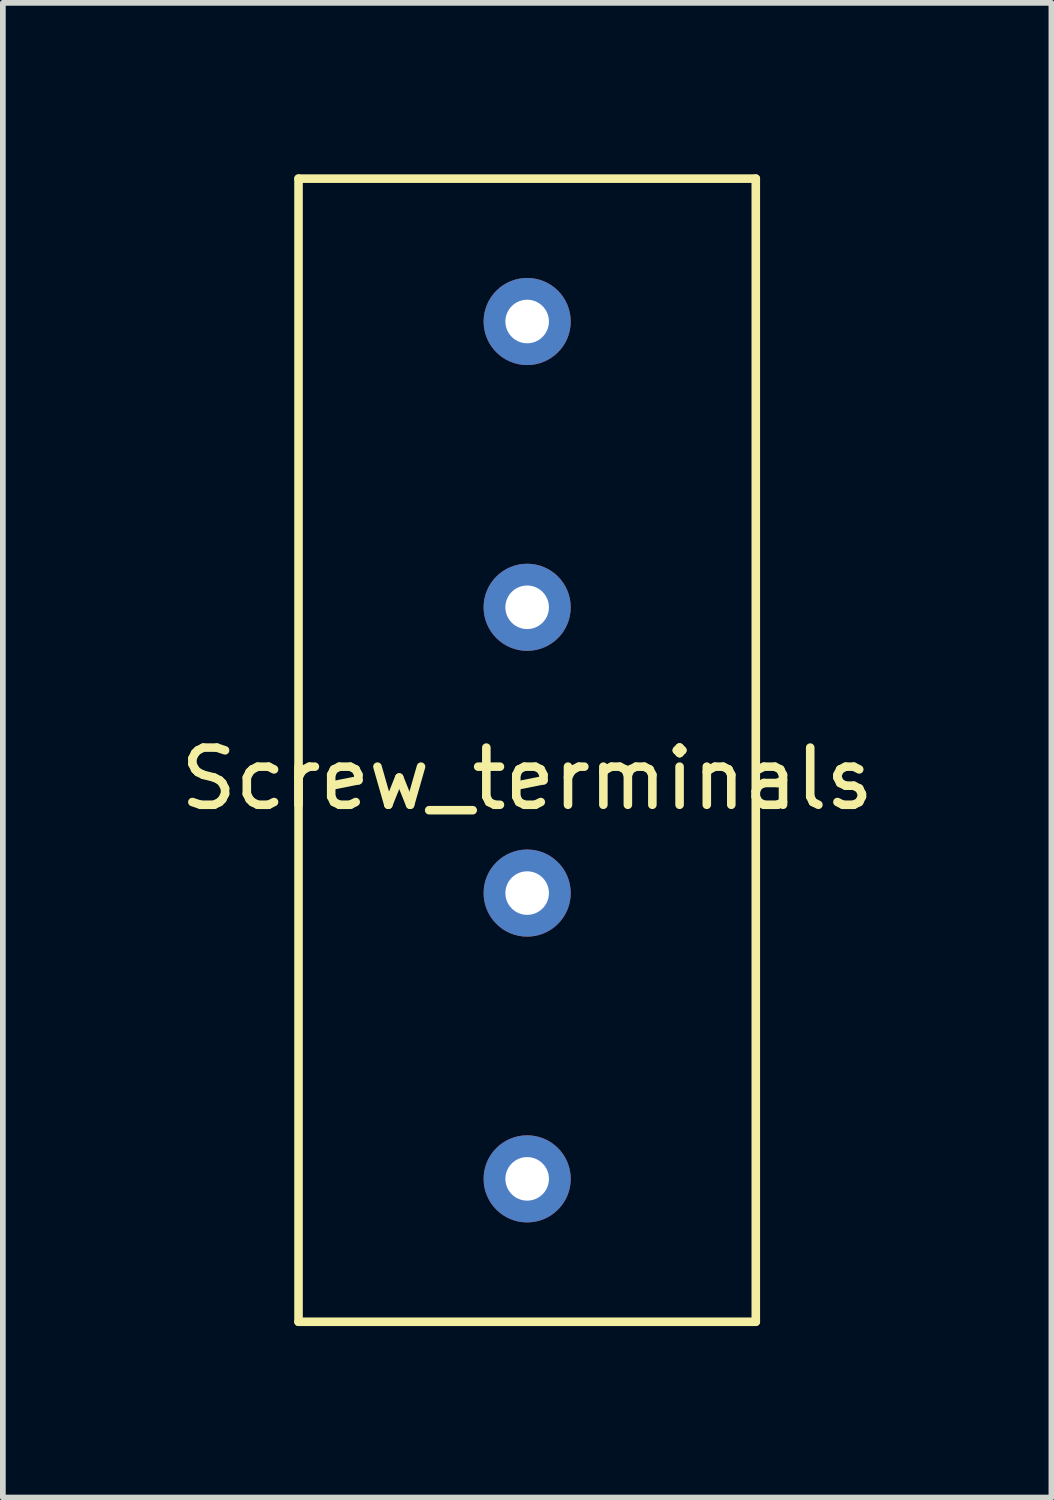
<source format=kicad_pcb>
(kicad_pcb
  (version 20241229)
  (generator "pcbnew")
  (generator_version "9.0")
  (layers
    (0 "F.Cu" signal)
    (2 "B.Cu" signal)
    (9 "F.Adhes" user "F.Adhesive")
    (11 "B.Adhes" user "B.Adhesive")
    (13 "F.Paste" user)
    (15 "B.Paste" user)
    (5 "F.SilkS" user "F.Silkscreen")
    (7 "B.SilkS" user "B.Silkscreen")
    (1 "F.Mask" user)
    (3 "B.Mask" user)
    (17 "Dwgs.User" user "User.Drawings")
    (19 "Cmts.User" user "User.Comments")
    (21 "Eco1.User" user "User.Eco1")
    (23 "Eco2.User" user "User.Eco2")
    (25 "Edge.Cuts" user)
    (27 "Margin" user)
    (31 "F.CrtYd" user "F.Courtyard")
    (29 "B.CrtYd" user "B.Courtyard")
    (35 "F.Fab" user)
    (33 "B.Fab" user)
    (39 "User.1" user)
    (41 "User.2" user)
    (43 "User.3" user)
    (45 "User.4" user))
  (footprint "Screw_terminals"
    (layer "F.Cu")
    (at 6.173 10.075)
    (property "Reference" "Screw_terminals" (at 0 0.5 0) (layer "F.SilkS") (effects (font (size 1 1) (thickness 0.15))))
    (attr through_hole)
    (fp_line (start -4 -10) (end -4 10) (stroke (width 0.15) (type solid)) (layer "F.SilkS"))
    (fp_line (start -4 10) (end 4 10) (stroke (width 0.15) (type solid)) (layer "F.SilkS"))
    (fp_line (start 4 -10) (end -4 -10) (stroke (width 0.15) (type solid)) (layer "F.SilkS"))
    (fp_line (start 4 10) (end 4 -10) (stroke (width 0.15) (type solid)) (layer "F.SilkS"))
    (pad "1" thru_hole circle (at 0 -7.5) (size 1.524 1.524) (drill 0.762) (layers "*.Cu" "*.Mask"))
    (pad "2" thru_hole circle (at 0 -2.5) (size 1.524 1.524) (drill 0.762) (layers "*.Cu" "*.Mask"))
    (pad "3" thru_hole circle (at 0 2.5) (size 1.524 1.524) (drill 0.762) (layers "*.Cu" "*.Mask"))
    (pad "4" thru_hole circle (at 0 7.5) (size 1.524 1.524) (drill 0.762) (layers "*.Cu" "*.Mask")))
  (gr_rect
    (start -3 -3)
    (end 15.345 23.15)
    (stroke (width 0.1) (type default))
    (fill no)
    (layer "Edge.Cuts")))
</source>
